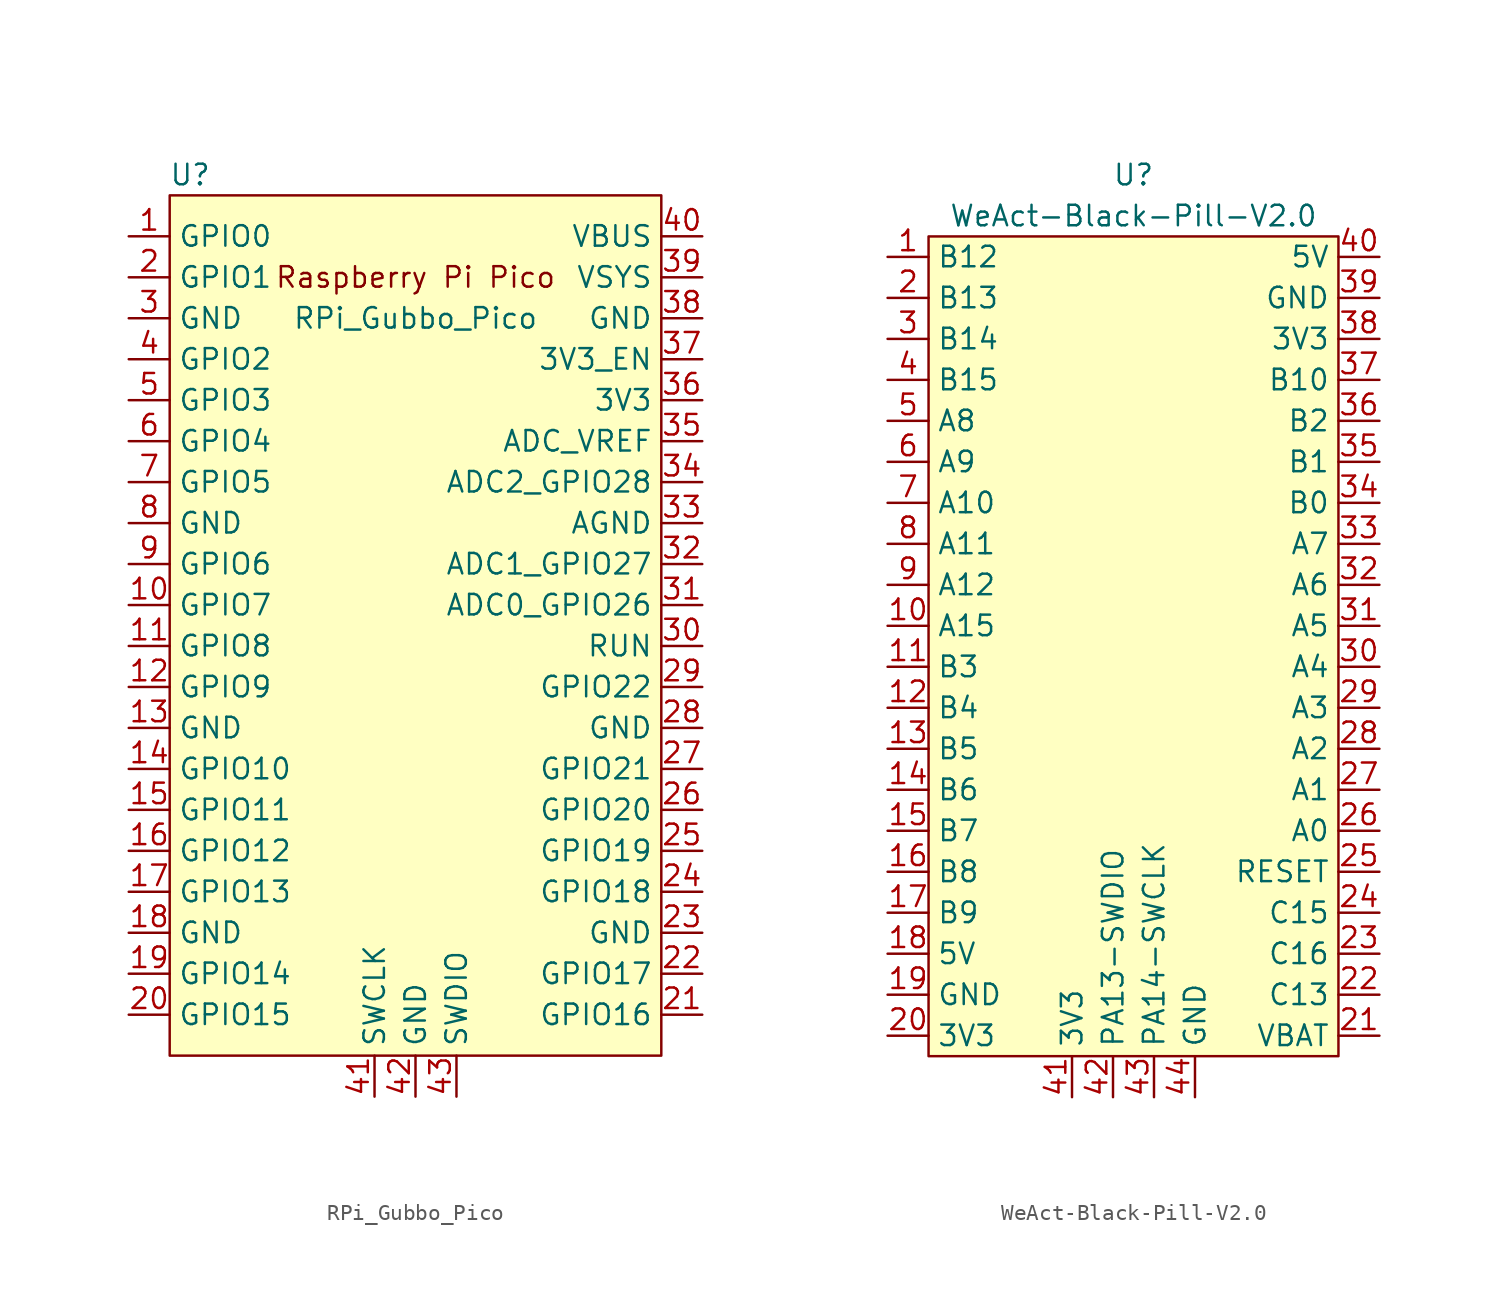
<source format=kicad_sym>
(kicad_symbol_lib
  (version 20231120)
  (generator "kicad_symbol_editor")
  (generator_version "8.0")
  (symbol "RPi_Gubbo_Pico"
    (property "Reference" "U"
      (at -13.97 27.94 0)
      (effects (font (size 1.27 1.27))))
    (property "Value" "RPi_Gubbo_Pico"
      (at 0 19.05 0)
      (effects (font (size 1.27 1.27))))
    (symbol "RPi_Gubbo_Pico_0_0"
      (text "Raspberry Pi Pico" (at 0 21.59 0) (effects (font (size 1.27 1.27)))))
    (symbol "RPi_Gubbo_Pico_0_1"
      (rectangle (start -15.24 26.67) (end 15.24 -26.67) (stroke (width 0) (type default)) (fill (type background))))
    (symbol "RPi_Gubbo_Pico_1_1"
      (pin bidirectional line (at -17.78 24.13 0) (length 2.54) (name "GPIO0" (effects (font (size 1.27 1.27)))) (number "1" (effects (font (size 1.27 1.27)))))
      (pin bidirectional line (at -17.78 1.27 0) (length 2.54) (name "GPIO7" (effects (font (size 1.27 1.27)))) (number "10" (effects (font (size 1.27 1.27)))))
      (pin bidirectional line (at -17.78 -1.27 0) (length 2.54) (name "GPIO8" (effects (font (size 1.27 1.27)))) (number "11" (effects (font (size 1.27 1.27)))))
      (pin bidirectional line (at -17.78 -3.81 0) (length 2.54) (name "GPIO9" (effects (font (size 1.27 1.27)))) (number "12" (effects (font (size 1.27 1.27)))))
      (pin power_in line (at -17.78 -6.35 0) (length 2.54) (name "GND" (effects (font (size 1.27 1.27)))) (number "13" (effects (font (size 1.27 1.27)))))
      (pin bidirectional line (at -17.78 -8.89 0) (length 2.54) (name "GPIO10" (effects (font (size 1.27 1.27)))) (number "14" (effects (font (size 1.27 1.27)))))
      (pin bidirectional line (at -17.78 -11.43 0) (length 2.54) (name "GPIO11" (effects (font (size 1.27 1.27)))) (number "15" (effects (font (size 1.27 1.27)))))
      (pin bidirectional line (at -17.78 -13.97 0) (length 2.54) (name "GPIO12" (effects (font (size 1.27 1.27)))) (number "16" (effects (font (size 1.27 1.27)))))
      (pin bidirectional line (at -17.78 -16.51 0) (length 2.54) (name "GPIO13" (effects (font (size 1.27 1.27)))) (number "17" (effects (font (size 1.27 1.27)))))
      (pin power_in line (at -17.78 -19.05 0) (length 2.54) (name "GND" (effects (font (size 1.27 1.27)))) (number "18" (effects (font (size 1.27 1.27)))))
      (pin bidirectional line (at -17.78 -21.59 0) (length 2.54) (name "GPIO14" (effects (font (size 1.27 1.27)))) (number "19" (effects (font (size 1.27 1.27)))))
      (pin bidirectional line (at -17.78 21.59 0) (length 2.54) (name "GPIO1" (effects (font (size 1.27 1.27)))) (number "2" (effects (font (size 1.27 1.27)))))
      (pin bidirectional line (at -17.78 -24.13 0) (length 2.54) (name "GPIO15" (effects (font (size 1.27 1.27)))) (number "20" (effects (font (size 1.27 1.27)))))
      (pin bidirectional line (at 17.78 -24.13 180) (length 2.54) (name "GPIO16" (effects (font (size 1.27 1.27)))) (number "21" (effects (font (size 1.27 1.27)))))
      (pin bidirectional line (at 17.78 -21.59 180) (length 2.54) (name "GPIO17" (effects (font (size 1.27 1.27)))) (number "22" (effects (font (size 1.27 1.27)))))
      (pin power_in line (at 17.78 -19.05 180) (length 2.54) (name "GND" (effects (font (size 1.27 1.27)))) (number "23" (effects (font (size 1.27 1.27)))))
      (pin bidirectional line (at 17.78 -16.51 180) (length 2.54) (name "GPIO18" (effects (font (size 1.27 1.27)))) (number "24" (effects (font (size 1.27 1.27)))))
      (pin bidirectional line (at 17.78 -13.97 180) (length 2.54) (name "GPIO19" (effects (font (size 1.27 1.27)))) (number "25" (effects (font (size 1.27 1.27)))))
      (pin bidirectional line (at 17.78 -11.43 180) (length 2.54) (name "GPIO20" (effects (font (size 1.27 1.27)))) (number "26" (effects (font (size 1.27 1.27)))))
      (pin bidirectional line (at 17.78 -8.89 180) (length 2.54) (name "GPIO21" (effects (font (size 1.27 1.27)))) (number "27" (effects (font (size 1.27 1.27)))))
      (pin power_in line (at 17.78 -6.35 180) (length 2.54) (name "GND" (effects (font (size 1.27 1.27)))) (number "28" (effects (font (size 1.27 1.27)))))
      (pin bidirectional line (at 17.78 -3.81 180) (length 2.54) (name "GPIO22" (effects (font (size 1.27 1.27)))) (number "29" (effects (font (size 1.27 1.27)))))
      (pin power_in line (at -17.78 19.05 0) (length 2.54) (name "GND" (effects (font (size 1.27 1.27)))) (number "3" (effects (font (size 1.27 1.27)))))
      (pin input line (at 17.78 -1.27 180) (length 2.54) (name "RUN" (effects (font (size 1.27 1.27)))) (number "30" (effects (font (size 1.27 1.27)))))
      (pin bidirectional line (at 17.78 1.27 180) (length 2.54) (name "ADC0_GPIO26" (effects (font (size 1.27 1.27)))) (number "31" (effects (font (size 1.27 1.27)))))
      (pin bidirectional line (at 17.78 3.81 180) (length 2.54) (name "ADC1_GPIO27" (effects (font (size 1.27 1.27)))) (number "32" (effects (font (size 1.27 1.27)))))
      (pin power_in line (at 17.78 6.35 180) (length 2.54) (name "AGND" (effects (font (size 1.27 1.27)))) (number "33" (effects (font (size 1.27 1.27)))))
      (pin bidirectional line (at 17.78 8.89 180) (length 2.54) (name "ADC2_GPIO28" (effects (font (size 1.27 1.27)))) (number "34" (effects (font (size 1.27 1.27)))))
      (pin power_in line (at 17.78 11.43 180) (length 2.54) (name "ADC_VREF" (effects (font (size 1.27 1.27)))) (number "35" (effects (font (size 1.27 1.27)))))
      (pin power_in line (at 17.78 13.97 180) (length 2.54) (name "3V3" (effects (font (size 1.27 1.27)))) (number "36" (effects (font (size 1.27 1.27)))))
      (pin input line (at 17.78 16.51 180) (length 2.54) (name "3V3_EN" (effects (font (size 1.27 1.27)))) (number "37" (effects (font (size 1.27 1.27)))))
      (pin bidirectional line (at 17.78 19.05 180) (length 2.54) (name "GND" (effects (font (size 1.27 1.27)))) (number "38" (effects (font (size 1.27 1.27)))))
      (pin power_in line (at 17.78 21.59 180) (length 2.54) (name "VSYS" (effects (font (size 1.27 1.27)))) (number "39" (effects (font (size 1.27 1.27)))))
      (pin bidirectional line (at -17.78 16.51 0) (length 2.54) (name "GPIO2" (effects (font (size 1.27 1.27)))) (number "4" (effects (font (size 1.27 1.27)))))
      (pin power_in line (at 17.78 24.13 180) (length 2.54) (name "VBUS" (effects (font (size 1.27 1.27)))) (number "40" (effects (font (size 1.27 1.27)))))
      (pin input line (at -2.54 -29.21 90) (length 2.54) (name "SWCLK" (effects (font (size 1.27 1.27)))) (number "41" (effects (font (size 1.27 1.27)))))
      (pin power_in line (at 0 -29.21 90) (length 2.54) (name "GND" (effects (font (size 1.27 1.27)))) (number "42" (effects (font (size 1.27 1.27)))))
      (pin bidirectional line (at 2.54 -29.21 90) (length 2.54) (name "SWDIO" (effects (font (size 1.27 1.27)))) (number "43" (effects (font (size 1.27 1.27)))))
      (pin bidirectional line (at -17.78 13.97 0) (length 2.54) (name "GPIO3" (effects (font (size 1.27 1.27)))) (number "5" (effects (font (size 1.27 1.27)))))
      (pin bidirectional line (at -17.78 11.43 0) (length 2.54) (name "GPIO4" (effects (font (size 1.27 1.27)))) (number "6" (effects (font (size 1.27 1.27)))))
      (pin bidirectional line (at -17.78 8.89 0) (length 2.54) (name "GPIO5" (effects (font (size 1.27 1.27)))) (number "7" (effects (font (size 1.27 1.27)))))
      (pin power_in line (at -17.78 6.35 0) (length 2.54) (name "GND" (effects (font (size 1.27 1.27)))) (number "8" (effects (font (size 1.27 1.27)))))
      (pin bidirectional line (at -17.78 3.81 0) (length 2.54) (name "GPIO6" (effects (font (size 1.27 1.27)))) (number "9" (effects (font (size 1.27 1.27)))))))
  (symbol "WeAct-Black-Pill-V2.0"
    (property "Reference" "U"
      (at 0 29.21 0)
      (effects (font (size 1.27 1.27))))
    (property "Value" "WeAct-Black-Pill-V2.0"
      (at 0 26.67 0)
      (effects (font (size 1.27 1.27))))
    (symbol "WeAct-Black-Pill-V2.0_1_1"
      (rectangle (start -12.7 25.4) (end 12.7 -25.4) (stroke (width 0) (type default)) (fill (type background)))
      (pin bidirectional line (at -15.24 24.13 0) (length 2.54) (name "B12" (effects (font (size 1.27 1.27)))) (number "1" (effects (font (size 1.27 1.27)))))
      (pin bidirectional line (at -15.24 1.27 0) (length 2.54) (name "A15" (effects (font (size 1.27 1.27)))) (number "10" (effects (font (size 1.27 1.27)))))
      (pin bidirectional line (at -15.24 -1.27 0) (length 2.54) (name "B3" (effects (font (size 1.27 1.27)))) (number "11" (effects (font (size 1.27 1.27)))))
      (pin bidirectional line (at -15.24 -3.81 0) (length 2.54) (name "B4" (effects (font (size 1.27 1.27)))) (number "12" (effects (font (size 1.27 1.27)))))
      (pin bidirectional line (at -15.24 -6.35 0) (length 2.54) (name "B5" (effects (font (size 1.27 1.27)))) (number "13" (effects (font (size 1.27 1.27)))))
      (pin bidirectional line (at -15.24 -8.89 0) (length 2.54) (name "B6" (effects (font (size 1.27 1.27)))) (number "14" (effects (font (size 1.27 1.27)))))
      (pin bidirectional line (at -15.24 -11.43 0) (length 2.54) (name "B7" (effects (font (size 1.27 1.27)))) (number "15" (effects (font (size 1.27 1.27)))))
      (pin bidirectional line (at -15.24 -13.97 0) (length 2.54) (name "B8" (effects (font (size 1.27 1.27)))) (number "16" (effects (font (size 1.27 1.27)))))
      (pin bidirectional line (at -15.24 -16.51 0) (length 2.54) (name "B9" (effects (font (size 1.27 1.27)))) (number "17" (effects (font (size 1.27 1.27)))))
      (pin power_in line (at -15.24 -19.05 0) (length 2.54) (name "5V" (effects (font (size 1.27 1.27)))) (number "18" (effects (font (size 1.27 1.27)))))
      (pin power_in line (at -15.24 -21.59 0) (length 2.54) (name "GND" (effects (font (size 1.27 1.27)))) (number "19" (effects (font (size 1.27 1.27)))))
      (pin bidirectional line (at -15.24 21.59 0) (length 2.54) (name "B13" (effects (font (size 1.27 1.27)))) (number "2" (effects (font (size 1.27 1.27)))))
      (pin power_out line (at -15.24 -24.13 0) (length 2.54) (name "3V3" (effects (font (size 1.27 1.27)))) (number "20" (effects (font (size 1.27 1.27)))))
      (pin power_out line (at 15.24 -24.13 180) (length 2.54) (name "VBAT" (effects (font (size 1.27 1.27)))) (number "21" (effects (font (size 1.27 1.27)))))
      (pin bidirectional line (at 15.24 -21.59 180) (length 2.54) (name "C13" (effects (font (size 1.27 1.27)))) (number "22" (effects (font (size 1.27 1.27)))))
      (pin bidirectional line (at 15.24 -19.05 180) (length 2.54) (name "C16" (effects (font (size 1.27 1.27)))) (number "23" (effects (font (size 1.27 1.27)))))
      (pin bidirectional line (at 15.24 -16.51 180) (length 2.54) (name "C15" (effects (font (size 1.27 1.27)))) (number "24" (effects (font (size 1.27 1.27)))))
      (pin bidirectional line (at 15.24 -13.97 180) (length 2.54) (name "RESET" (effects (font (size 1.27 1.27)))) (number "25" (effects (font (size 1.27 1.27)))))
      (pin bidirectional line (at 15.24 -11.43 180) (length 2.54) (name "A0" (effects (font (size 1.27 1.27)))) (number "26" (effects (font (size 1.27 1.27)))))
      (pin bidirectional line (at 15.24 -8.89 180) (length 2.54) (name "A1" (effects (font (size 1.27 1.27)))) (number "27" (effects (font (size 1.27 1.27)))))
      (pin bidirectional line (at 15.24 -6.35 180) (length 2.54) (name "A2" (effects (font (size 1.27 1.27)))) (number "28" (effects (font (size 1.27 1.27)))))
      (pin bidirectional line (at 15.24 -3.81 180) (length 2.54) (name "A3" (effects (font (size 1.27 1.27)))) (number "29" (effects (font (size 1.27 1.27)))))
      (pin bidirectional line (at -15.24 19.05 0) (length 2.54) (name "B14" (effects (font (size 1.27 1.27)))) (number "3" (effects (font (size 1.27 1.27)))))
      (pin bidirectional line (at 15.24 -1.27 180) (length 2.54) (name "A4" (effects (font (size 1.27 1.27)))) (number "30" (effects (font (size 1.27 1.27)))))
      (pin bidirectional line (at 15.24 1.27 180) (length 2.54) (name "A5" (effects (font (size 1.27 1.27)))) (number "31" (effects (font (size 1.27 1.27)))))
      (pin bidirectional line (at 15.24 3.81 180) (length 2.54) (name "A6" (effects (font (size 1.27 1.27)))) (number "32" (effects (font (size 1.27 1.27)))))
      (pin bidirectional line (at 15.24 6.35 180) (length 2.54) (name "A7" (effects (font (size 1.27 1.27)))) (number "33" (effects (font (size 1.27 1.27)))))
      (pin bidirectional line (at 15.24 8.89 180) (length 2.54) (name "B0" (effects (font (size 1.27 1.27)))) (number "34" (effects (font (size 1.27 1.27)))))
      (pin bidirectional line (at 15.24 11.43 180) (length 2.54) (name "B1" (effects (font (size 1.27 1.27)))) (number "35" (effects (font (size 1.27 1.27)))))
      (pin bidirectional line (at 15.24 13.97 180) (length 2.54) (name "B2" (effects (font (size 1.27 1.27)))) (number "36" (effects (font (size 1.27 1.27)))))
      (pin bidirectional line (at 15.24 16.51 180) (length 2.54) (name "B10" (effects (font (size 1.27 1.27)))) (number "37" (effects (font (size 1.27 1.27)))))
      (pin power_out line (at 15.24 19.05 180) (length 2.54) (name "3V3" (effects (font (size 1.27 1.27)))) (number "38" (effects (font (size 1.27 1.27)))))
      (pin power_in line (at 15.24 21.59 180) (length 2.54) (name "GND" (effects (font (size 1.27 1.27)))) (number "39" (effects (font (size 1.27 1.27)))))
      (pin bidirectional line (at -15.24 16.51 0) (length 2.54) (name "B15" (effects (font (size 1.27 1.27)))) (number "4" (effects (font (size 1.27 1.27)))))
      (pin power_in line (at 15.24 24.13 180) (length 2.54) (name "5V" (effects (font (size 1.27 1.27)))) (number "40" (effects (font (size 1.27 1.27)))))
      (pin power_out line (at -3.81 -27.94 90) (length 2.54) (name "3V3" (effects (font (size 1.27 1.27)))) (number "41" (effects (font (size 1.27 1.27)))))
      (pin bidirectional line (at -1.27 -27.94 90) (length 2.54) (name "PA13-SWDIO" (effects (font (size 1.27 1.27)))) (number "42" (effects (font (size 1.27 1.27)))))
      (pin bidirectional line (at 1.27 -27.94 90) (length 2.54) (name "PA14-SWCLK" (effects (font (size 1.27 1.27)))) (number "43" (effects (font (size 1.27 1.27)))))
      (pin power_out line (at 3.81 -27.94 90) (length 2.54) (name "GND" (effects (font (size 1.27 1.27)))) (number "44" (effects (font (size 1.27 1.27)))))
      (pin bidirectional line (at -15.24 13.97 0) (length 2.54) (name "A8" (effects (font (size 1.27 1.27)))) (number "5" (effects (font (size 1.27 1.27)))))
      (pin bidirectional line (at -15.24 11.43 0) (length 2.54) (name "A9" (effects (font (size 1.27 1.27)))) (number "6" (effects (font (size 1.27 1.27)))))
      (pin bidirectional line (at -15.24 8.89 0) (length 2.54) (name "A10" (effects (font (size 1.27 1.27)))) (number "7" (effects (font (size 1.27 1.27)))))
      (pin bidirectional line (at -15.24 6.35 0) (length 2.54) (name "A11" (effects (font (size 1.27 1.27)))) (number "8" (effects (font (size 1.27 1.27)))))
      (pin bidirectional line (at -15.24 3.81 0) (length 2.54) (name "A12" (effects (font (size 1.27 1.27)))) (number "9" (effects (font (size 1.27 1.27))))))))
</source>
